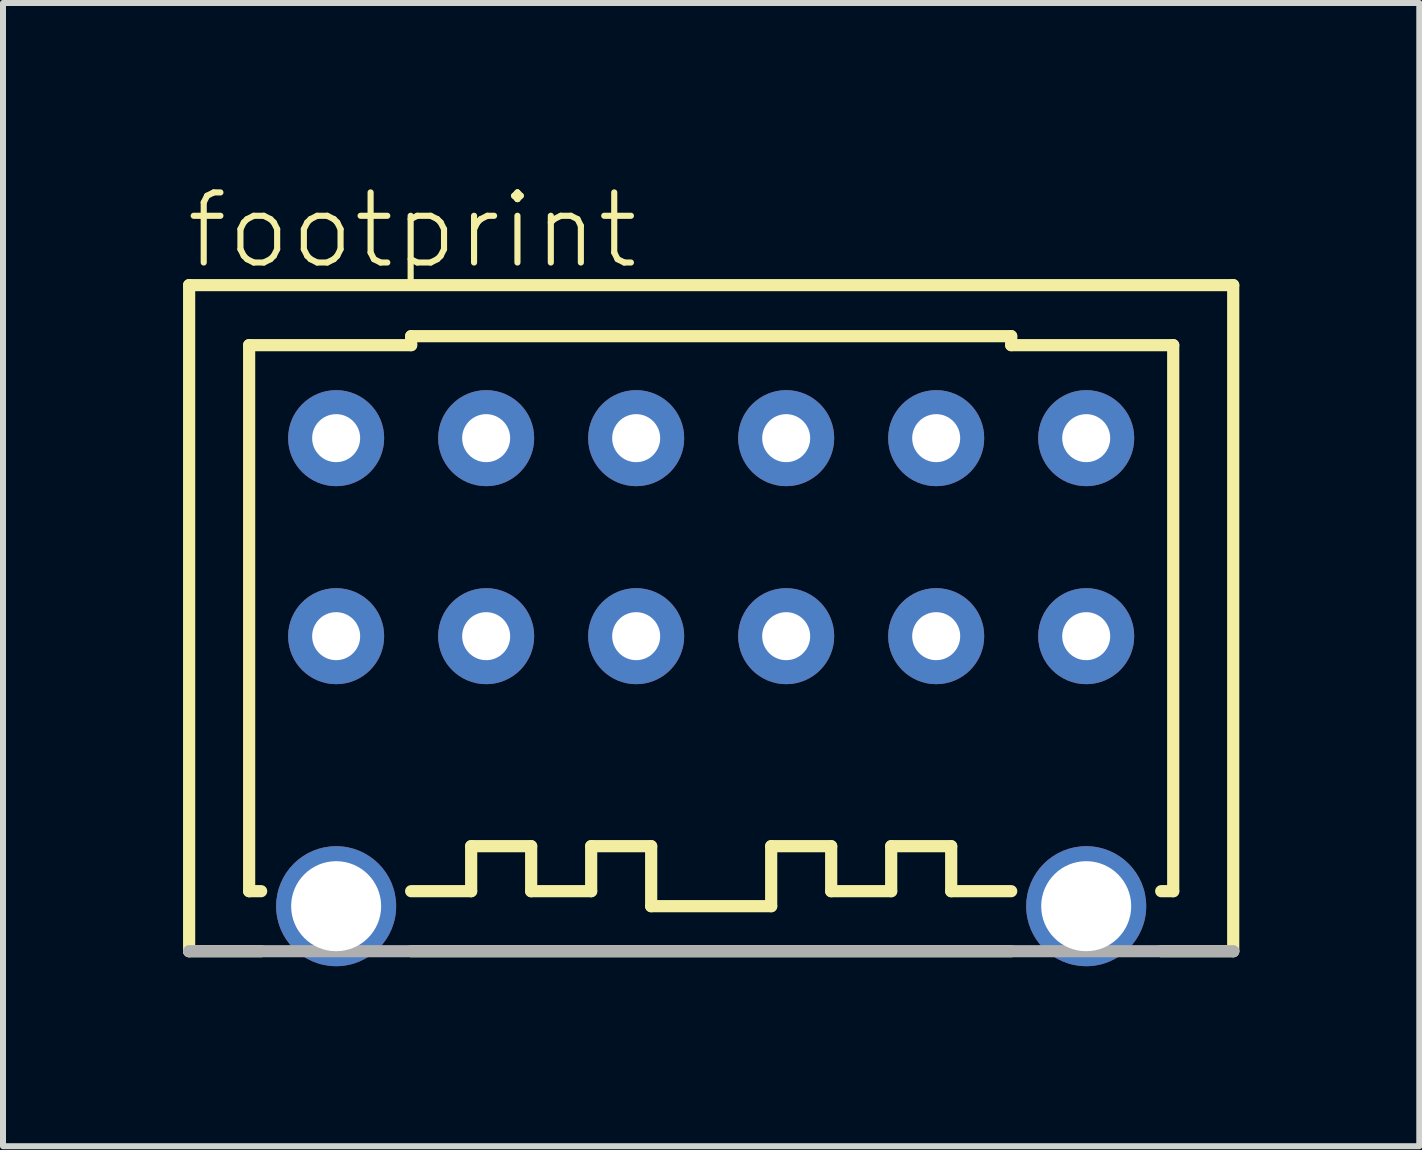
<source format=kicad_pcb>
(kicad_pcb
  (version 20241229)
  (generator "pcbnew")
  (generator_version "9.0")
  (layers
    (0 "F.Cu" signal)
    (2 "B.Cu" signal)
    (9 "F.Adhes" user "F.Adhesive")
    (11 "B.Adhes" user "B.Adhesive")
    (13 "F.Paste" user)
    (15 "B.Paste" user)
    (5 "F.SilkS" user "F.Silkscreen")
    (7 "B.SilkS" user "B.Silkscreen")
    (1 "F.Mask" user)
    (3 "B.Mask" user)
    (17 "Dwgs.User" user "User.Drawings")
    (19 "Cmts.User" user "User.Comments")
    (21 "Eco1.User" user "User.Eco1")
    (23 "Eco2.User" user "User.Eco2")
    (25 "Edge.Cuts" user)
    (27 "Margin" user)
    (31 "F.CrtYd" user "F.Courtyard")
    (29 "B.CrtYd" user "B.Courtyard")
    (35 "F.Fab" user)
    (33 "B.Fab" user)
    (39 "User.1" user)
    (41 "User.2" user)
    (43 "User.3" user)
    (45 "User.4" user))
  (footprint "footprint"
    (layer "F.Cu")
    (at 8.802 7.552)
    (property "Reference" "footprint" (at -8.802 -6.079 0) (layer "F.SilkS") (effects (font (size 1.168 1.168) (thickness 0.102)) (justify left bottom)))
    (fp_line (start -8.7 -5.85) (end 8.7 -5.85) (stroke (width 0.203) (type solid)) (layer "F.SilkS"))
    (fp_line (start -8.7 5.25) (end -8.7 -5.85) (stroke (width 0.203) (type solid)) (layer "F.SilkS"))
    (fp_line (start -7.7 -4.85) (end -5 -4.85) (stroke (width 0.203) (type solid)) (layer "F.SilkS"))
    (fp_line (start -7.7 4.25) (end -7.7 -4.85) (stroke (width 0.203) (type solid)) (layer "F.SilkS"))
    (fp_line (start -7.5 4.25) (end -7.7 4.25) (stroke (width 0.203) (type solid)) (layer "F.SilkS"))
    (fp_line (start -7.5 5.25) (end -8.7 5.25) (stroke (width 0.203) (type solid)) (layer "F.SilkS"))
    (fp_line (start -5 -5) (end 5 -5) (stroke (width 0.203) (type solid)) (layer "F.SilkS"))
    (fp_line (start -5 -4.85) (end -5 -5) (stroke (width 0.203) (type solid)) (layer "F.SilkS"))
    (fp_line (start -4 3.5) (end -4 4.25) (stroke (width 0.203) (type solid)) (layer "F.SilkS"))
    (fp_line (start -4 4.25) (end -5 4.25) (stroke (width 0.203) (type solid)) (layer "F.SilkS"))
    (fp_line (start -3 3.5) (end -4 3.5) (stroke (width 0.203) (type solid)) (layer "F.SilkS"))
    (fp_line (start -3 4.25) (end -3 3.5) (stroke (width 0.203) (type solid)) (layer "F.SilkS"))
    (fp_line (start -2 3.5) (end -2 4.25) (stroke (width 0.203) (type solid)) (layer "F.SilkS"))
    (fp_line (start -2 4.25) (end -3 4.25) (stroke (width 0.203) (type solid)) (layer "F.SilkS"))
    (fp_line (start -1 3.5) (end -2 3.5) (stroke (width 0.203) (type solid)) (layer "F.SilkS"))
    (fp_line (start -1 4.5) (end -1 3.5) (stroke (width 0.203) (type solid)) (layer "F.SilkS"))
    (fp_line (start 1 3.5) (end 1 4.5) (stroke (width 0.203) (type solid)) (layer "F.SilkS"))
    (fp_line (start 1 4.5) (end -1 4.5) (stroke (width 0.203) (type solid)) (layer "F.SilkS"))
    (fp_line (start 2 3.5) (end 1 3.5) (stroke (width 0.203) (type solid)) (layer "F.SilkS"))
    (fp_line (start 2 4.25) (end 2 3.5) (stroke (width 0.203) (type solid)) (layer "F.SilkS"))
    (fp_line (start 3 3.5) (end 3 4.25) (stroke (width 0.203) (type solid)) (layer "F.SilkS"))
    (fp_line (start 3 4.25) (end 2 4.25) (stroke (width 0.203) (type solid)) (layer "F.SilkS"))
    (fp_line (start 4 3.5) (end 3 3.5) (stroke (width 0.203) (type solid)) (layer "F.SilkS"))
    (fp_line (start 4 4.25) (end 4 3.5) (stroke (width 0.203) (type solid)) (layer "F.SilkS"))
    (fp_line (start 5 -5) (end 5 -4.85) (stroke (width 0.203) (type solid)) (layer "F.SilkS"))
    (fp_line (start 5 -4.85) (end 7.7 -4.85) (stroke (width 0.203) (type solid)) (layer "F.SilkS"))
    (fp_line (start 5 4.25) (end 4 4.25) (stroke (width 0.203) (type solid)) (layer "F.SilkS"))
    (fp_line (start 5 5.25) (end -5 5.25) (stroke (width 0.203) (type solid)) (layer "F.SilkS"))
    (fp_line (start 7.7 -4.85) (end 7.7 4.25) (stroke (width 0.203) (type solid)) (layer "F.SilkS"))
    (fp_line (start 7.7 4.25) (end 7.5 4.25) (stroke (width 0.203) (type solid)) (layer "F.SilkS"))
    (fp_line (start 8.7 -5.85) (end 8.7 5.25) (stroke (width 0.203) (type solid)) (layer "F.SilkS"))
    (fp_line (start 8.7 5.25) (end 7.5 5.25) (stroke (width 0.203) (type solid)) (layer "F.SilkS"))
    (fp_line (start 8.7 5.25) (end -8.7 5.25) (stroke (width 0.203) (type solid)) (layer "F.Fab"))
    (pad "A1" thru_hole circle (at 6.25 -3.3 180) (size 1.6 1.6) (drill 0.8) (layers "*.Cu" "*.Mask"))
    (pad "A2" thru_hole circle (at 3.75 -3.3 180) (size 1.6 1.6) (drill 0.8) (layers "*.Cu" "*.Mask"))
    (pad "A3" thru_hole circle (at 1.25 -3.3 180) (size 1.6 1.6) (drill 0.8) (layers "*.Cu" "*.Mask"))
    (pad "A4" thru_hole circle (at -1.25 -3.3 180) (size 1.6 1.6) (drill 0.8) (layers "*.Cu" "*.Mask"))
    (pad "A5" thru_hole circle (at -3.75 -3.3 180) (size 1.6 1.6) (drill 0.8) (layers "*.Cu" "*.Mask"))
    (pad "A6" thru_hole circle (at -6.25 -3.3 180) (size 1.6 1.6) (drill 0.8) (layers "*.Cu" "*.Mask"))
    (pad "B1" thru_hole circle (at 6.25 0 180) (size 1.6 1.6) (drill 0.8) (layers "*.Cu" "*.Mask"))
    (pad "B2" thru_hole circle (at 3.75 0 180) (size 1.6 1.6) (drill 0.8) (layers "*.Cu" "*.Mask"))
    (pad "B3" thru_hole circle (at 1.25 0 180) (size 1.6 1.6) (drill 0.8) (layers "*.Cu" "*.Mask"))
    (pad "B4" thru_hole circle (at -1.25 0 180) (size 1.6 1.6) (drill 0.8) (layers "*.Cu" "*.Mask"))
    (pad "B5" thru_hole circle (at -3.75 0 180) (size 1.6 1.6) (drill 0.8) (layers "*.Cu" "*.Mask"))
    (pad "B6" thru_hole circle (at -6.25 0 180) (size 1.6 1.6) (drill 0.8) (layers "*.Cu" "*.Mask"))
    (pad "M1" thru_hole circle (at 6.25 4.5) (size 2 2) (drill 1.5) (layers "*.Cu" "*.Mask"))
    (pad "M2" thru_hole circle (at -6.25 4.5) (size 2 2) (drill 1.5) (layers "*.Cu" "*.Mask")))
  (gr_rect
    (start -3 -3)
    (end 20.603 16.052)
    (stroke (width 0.1) (type default))
    (fill no)
    (layer "Edge.Cuts")))
</source>
